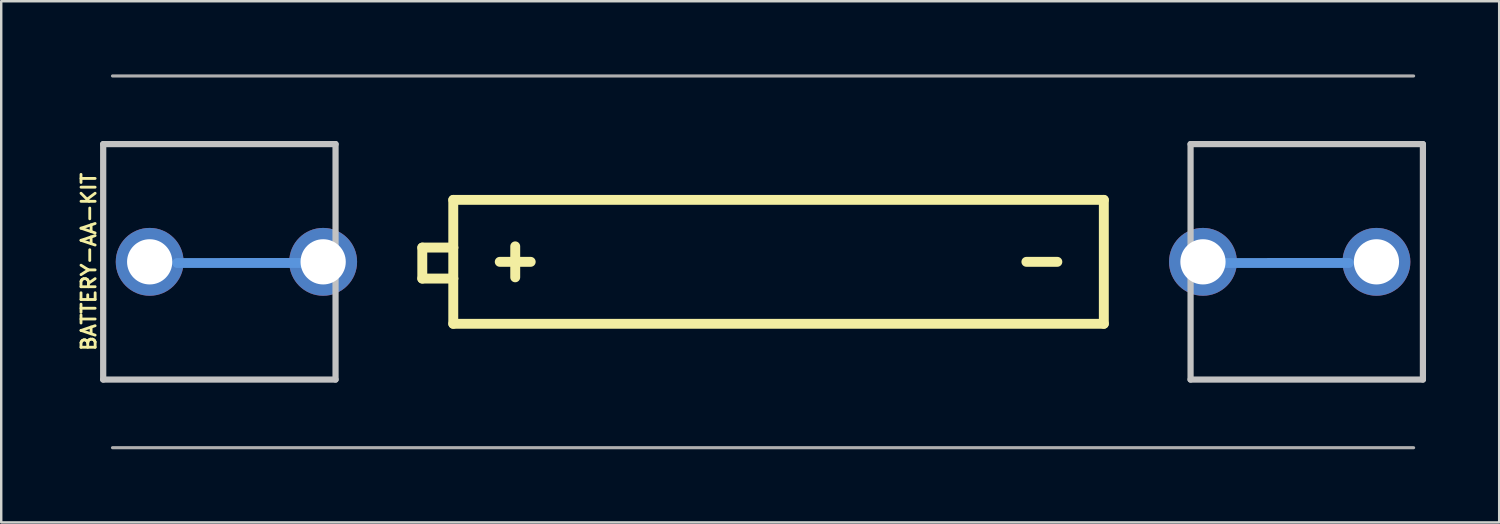
<source format=kicad_pcb>
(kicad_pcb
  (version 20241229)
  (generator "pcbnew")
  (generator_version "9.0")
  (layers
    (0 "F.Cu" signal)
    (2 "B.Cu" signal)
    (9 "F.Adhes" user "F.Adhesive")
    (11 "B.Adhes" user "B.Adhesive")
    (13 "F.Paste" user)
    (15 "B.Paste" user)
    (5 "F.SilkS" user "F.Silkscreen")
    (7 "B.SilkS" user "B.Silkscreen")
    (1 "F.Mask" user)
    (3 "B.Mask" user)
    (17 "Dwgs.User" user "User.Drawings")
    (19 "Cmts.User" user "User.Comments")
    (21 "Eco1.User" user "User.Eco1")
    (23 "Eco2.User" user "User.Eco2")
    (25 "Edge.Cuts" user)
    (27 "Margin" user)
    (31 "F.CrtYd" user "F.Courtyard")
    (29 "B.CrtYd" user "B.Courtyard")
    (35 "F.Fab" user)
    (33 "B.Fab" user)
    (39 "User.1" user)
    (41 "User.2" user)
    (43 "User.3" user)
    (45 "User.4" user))
  (footprint "BATTERY-AA-KIT"
    (layer "F.Cu")
    (at 28.232 7.684)
    (property "Reference" "BATTERY-AA-KIT" (at -27.305 0 90) (layer "F.SilkS") (effects (font (size 0.579 0.579) (thickness 0.116)) (justify bottom)))
    (attr through_hole)
    (fp_poly (pts (xy -25.121 0.864) (xy -25.342 0.845) (xy -25.551 0.769) (xy -25.734 0.642) (xy -25.877 0.471) (xy -26.01 0.051) (xy -25.99 -0.177) (xy -25.911 -0.392) (xy -25.78 -0.58) (xy -25.604 -0.727) (xy -25.171 -0.864) (xy -25.171 -0.864) (xy -24.944 -0.837) (xy -24.732 -0.753) (xy -24.548 -0.616) (xy -24.406 -0.436) (xy -24.282 0) (xy -24.282 -0.000001) (xy -24.308 0.221) (xy -24.39 0.427) (xy -24.523 0.605) (xy -24.697 0.743) (xy -24.901 0.831)) (stroke (width 0) (type solid)) (fill yes) (layer "F.Mask"))
    (fp_poly (pts (xy -18.009 0.864) (xy -18.23 0.845) (xy -18.439 0.769) (xy -18.622 0.642) (xy -18.765 0.471) (xy -18.898 0.051) (xy -18.878 -0.177) (xy -18.799 -0.392) (xy -18.668 -0.58) (xy -18.492 -0.727) (xy -18.059 -0.864) (xy -18.059 -0.864) (xy -17.832 -0.837) (xy -17.62 -0.753) (xy -17.436 -0.616) (xy -17.294 -0.436) (xy -17.17 0) (xy -17.17 -0.000001) (xy -17.196 0.221) (xy -17.278 0.427) (xy -17.411 0.605) (xy -17.585 0.743) (xy -17.789 0.831)) (stroke (width 0) (type solid)) (fill yes) (layer "F.Mask"))
    (fp_poly (pts (xy 18.059 0.864) (xy 18.059 0.864) (xy 17.838 0.845) (xy 17.629 0.769) (xy 17.446 0.642) (xy 17.303 0.471) (xy 17.17 0.051) (xy 17.19 -0.177) (xy 17.269 -0.392) (xy 17.4 -0.58) (xy 17.576 -0.727) (xy 18.009 -0.864) (xy 18.236 -0.837) (xy 18.448 -0.753) (xy 18.632 -0.616) (xy 18.774 -0.436) (xy 18.898 0) (xy 18.898 -0.000001) (xy 18.872 0.221) (xy 18.79 0.427) (xy 18.657 0.605) (xy 18.483 0.743) (xy 18.279 0.831)) (stroke (width 0) (type solid)) (fill yes) (layer "F.Mask"))
    (fp_poly (pts (xy 25.171 0.864) (xy 25.171 0.864) (xy 24.95 0.845) (xy 24.741 0.769) (xy 24.558 0.642) (xy 24.415 0.471) (xy 24.282 0.051) (xy 24.302 -0.177) (xy 24.381 -0.392) (xy 24.512 -0.58) (xy 24.688 -0.727) (xy 25.121 -0.864) (xy 25.348 -0.837) (xy 25.56 -0.753) (xy 25.744 -0.616) (xy 25.886 -0.436) (xy 26.01 0) (xy 26.01 -0.000001) (xy 25.984 0.221) (xy 25.902 0.427) (xy 25.769 0.605) (xy 25.595 0.743) (xy 25.391 0.831)) (stroke (width 0) (type solid)) (fill yes) (layer "F.Mask"))
    (fp_poly (pts (xy -23.825 0.051) (xy -23.844 -0.215) (xy -23.914 -0.472) (xy -24.033 -0.711) (xy -24.196 -0.921) (xy -24.397 -1.096) (xy -24.629 -1.228) (xy -25.146 -1.346) (xy -25.413 -1.31) (xy -25.667 -1.222) (xy -25.899 -1.087) (xy -26.101 -0.909) (xy -26.264 -0.694) (xy -26.382 -0.453) (xy -26.467 0.076) (xy -26.467 0.076) (xy -26.437 0.328) (xy -26.358 0.57) (xy -26.234 0.792) (xy -26.069 0.985) (xy -25.87 1.142) (xy -25.644 1.257) (xy -25.146 1.346) (xy -24.891 1.324) (xy -24.644 1.251) (xy -24.417 1.133) (xy -24.217 0.972) (xy -24.053 0.775) (xy -23.93 0.55)) (stroke (width 0) (type solid)) (fill yes) (layer "B.Mask"))
    (fp_poly (pts (xy -16.713 0.051) (xy -16.732 -0.215) (xy -16.802 -0.472) (xy -16.921 -0.711) (xy -17.084 -0.921) (xy -17.285 -1.096) (xy -17.517 -1.228) (xy -18.034 -1.346) (xy -18.301 -1.31) (xy -18.555 -1.222) (xy -18.787 -1.087) (xy -18.989 -0.909) (xy -19.152 -0.694) (xy -19.27 -0.453) (xy -19.355 0.076) (xy -19.355 0.076) (xy -19.325 0.328) (xy -19.246 0.57) (xy -19.122 0.792) (xy -18.957 0.985) (xy -18.758 1.142) (xy -18.532 1.257) (xy -18.034 1.346) (xy -17.779 1.324) (xy -17.532 1.251) (xy -17.305 1.133) (xy -17.105 0.972) (xy -16.941 0.775) (xy -16.818 0.55)) (stroke (width 0) (type solid)) (fill yes) (layer "B.Mask"))
    (fp_poly (pts (xy 19.355 0.051) (xy 19.336 -0.215) (xy 19.266 -0.472) (xy 19.147 -0.711) (xy 18.984 -0.921) (xy 18.783 -1.096) (xy 18.551 -1.228) (xy 18.034 -1.346) (xy 17.767 -1.31) (xy 17.513 -1.222) (xy 17.281 -1.087) (xy 17.079 -0.909) (xy 16.916 -0.694) (xy 16.798 -0.453) (xy 16.713 0.076) (xy 16.713 0.076) (xy 16.743 0.328) (xy 16.822 0.57) (xy 16.946 0.792) (xy 17.111 0.985) (xy 17.31 1.142) (xy 17.536 1.257) (xy 18.034 1.346) (xy 18.289 1.324) (xy 18.536 1.251) (xy 18.763 1.133) (xy 18.963 0.972) (xy 19.127 0.775) (xy 19.25 0.55)) (stroke (width 0) (type solid)) (fill yes) (layer "B.Mask"))
    (fp_poly (pts (xy 26.467 0.051) (xy 26.448 -0.215) (xy 26.378 -0.472) (xy 26.259 -0.711) (xy 26.096 -0.921) (xy 25.895 -1.096) (xy 25.663 -1.228) (xy 25.146 -1.346) (xy 24.879 -1.31) (xy 24.625 -1.222) (xy 24.393 -1.087) (xy 24.191 -0.909) (xy 24.028 -0.694) (xy 23.91 -0.453) (xy 23.825 0.076) (xy 23.825 0.076) (xy 23.855 0.328) (xy 23.934 0.57) (xy 24.058 0.792) (xy 24.223 0.985) (xy 24.422 1.142) (xy 24.648 1.257) (xy 25.146 1.346) (xy 25.401 1.324) (xy 25.648 1.251) (xy 25.875 1.133) (xy 26.075 0.972) (xy 26.239 0.775) (xy 26.362 0.55)) (stroke (width 0) (type solid)) (fill yes) (layer "B.Mask"))
    (fp_line (start -27.051 -4.826) (end -17.526 -4.826) (stroke (width 0.203) (type solid)) (layer "F.SilkS"))
    (fp_line (start -27.051 4.826) (end -27.051 -4.826) (stroke (width 0.203) (type solid)) (layer "F.SilkS"))
    (fp_line (start -17.526 4.826) (end -27.051 4.826) (stroke (width 0.203) (type solid)) (layer "F.SilkS"))
    (fp_line (start -13.97 -0.584) (end -13.97 0.686) (stroke (width 0.406) (type solid)) (layer "F.SilkS"))
    (fp_line (start -13.97 0.686) (end -12.7 0.686) (stroke (width 0.406) (type solid)) (layer "F.SilkS"))
    (fp_line (start -12.7 -2.54) (end -12.7 -0.584) (stroke (width 0.406) (type solid)) (layer "F.SilkS"))
    (fp_line (start -12.7 -0.584) (end -13.97 -0.584) (stroke (width 0.406) (type solid)) (layer "F.SilkS"))
    (fp_line (start -12.7 -0.584) (end -12.7 0.686) (stroke (width 0.406) (type solid)) (layer "F.SilkS"))
    (fp_line (start -12.7 0.686) (end -12.7 2.54) (stroke (width 0.406) (type solid)) (layer "F.SilkS"))
    (fp_line (start -12.7 2.54) (end 13.97 2.54) (stroke (width 0.406) (type solid)) (layer "F.SilkS"))
    (fp_line (start -10.16 -0.635) (end -10.16 0.635) (stroke (width 0.406) (type solid)) (layer "F.SilkS"))
    (fp_line (start -9.525 0) (end -10.795 0) (stroke (width 0.406) (type solid)) (layer "F.SilkS"))
    (fp_line (start 12.065 0) (end 10.795 0) (stroke (width 0.406) (type solid)) (layer "F.SilkS"))
    (fp_line (start 13.97 -2.54) (end -12.7 -2.54) (stroke (width 0.406) (type solid)) (layer "F.SilkS"))
    (fp_line (start 13.97 2.54) (end 13.97 -2.54) (stroke (width 0.406) (type solid)) (layer "F.SilkS"))
    (fp_line (start 17.526 4.826) (end 27.051 4.826) (stroke (width 0.203) (type solid)) (layer "F.SilkS"))
    (fp_line (start 27.051 -4.826) (end 17.526 -4.826) (stroke (width 0.203) (type solid)) (layer "F.SilkS"))
    (fp_line (start 27.051 4.826) (end 27.051 -4.826) (stroke (width 0.203) (type solid)) (layer "F.SilkS"))
    (fp_line (start -27.051 -4.826) (end -17.526 -4.826) (stroke (width 0.254) (type solid)) (layer "Dwgs.User"))
    (fp_line (start -27.051 4.826) (end -27.051 -4.826) (stroke (width 0.254) (type solid)) (layer "Dwgs.User"))
    (fp_line (start -17.526 -4.826) (end -17.526 4.826) (stroke (width 0.254) (type solid)) (layer "Dwgs.User"))
    (fp_line (start -17.526 4.826) (end -27.051 4.826) (stroke (width 0.254) (type solid)) (layer "Dwgs.User"))
    (fp_line (start 17.526 -4.826) (end 27.051 -4.826) (stroke (width 0.254) (type solid)) (layer "Dwgs.User"))
    (fp_line (start 17.526 4.826) (end 17.526 -4.826) (stroke (width 0.254) (type solid)) (layer "Dwgs.User"))
    (fp_line (start 27.051 -4.826) (end 27.051 4.826) (stroke (width 0.254) (type solid)) (layer "Dwgs.User"))
    (fp_line (start 27.051 4.826) (end 17.526 4.826) (stroke (width 0.254) (type solid)) (layer "Dwgs.User"))
    (fp_line (start -24.016 0.048) (end -18.913 0.046) (stroke (width 0.406) (type solid)) (layer "Cmts.User"))
    (fp_line (start 18.91 0.048) (end 24.013 0.046) (stroke (width 0.406) (type solid)) (layer "Cmts.User"))
    (fp_line (start -26.67 -7.62) (end 26.67 -7.62) (stroke (width 0.127) (type solid)) (layer "F.Fab"))
    (fp_line (start 26.67 7.62) (end -26.67 7.62) (stroke (width 0.127) (type solid)) (layer "F.Fab"))
    (pad "GND@1" thru_hole circle (at 25.146 0) (size 2.781 2.781) (drill 1.854) (layers "*.Cu" "*.Mask"))
    (pad "GND@2" thru_hole circle (at 18.034 0) (size 2.781 2.781) (drill 1.854) (layers "*.Cu" "*.Mask"))
    (pad "PWR@1" thru_hole circle (at -25.146 0) (size 2.781 2.781) (drill 1.854) (layers "*.Cu" "*.Mask"))
    (pad "PWR@2" thru_hole circle (at -18.034 0 90) (size 2.781 2.781) (drill 1.854) (layers "*.Cu" "*.Mask")))
  (gr_rect
    (start -3 -3)
    (end 58.41 18.367)
    (stroke (width 0.1) (type default))
    (fill no)
    (layer "Edge.Cuts")))
</source>
